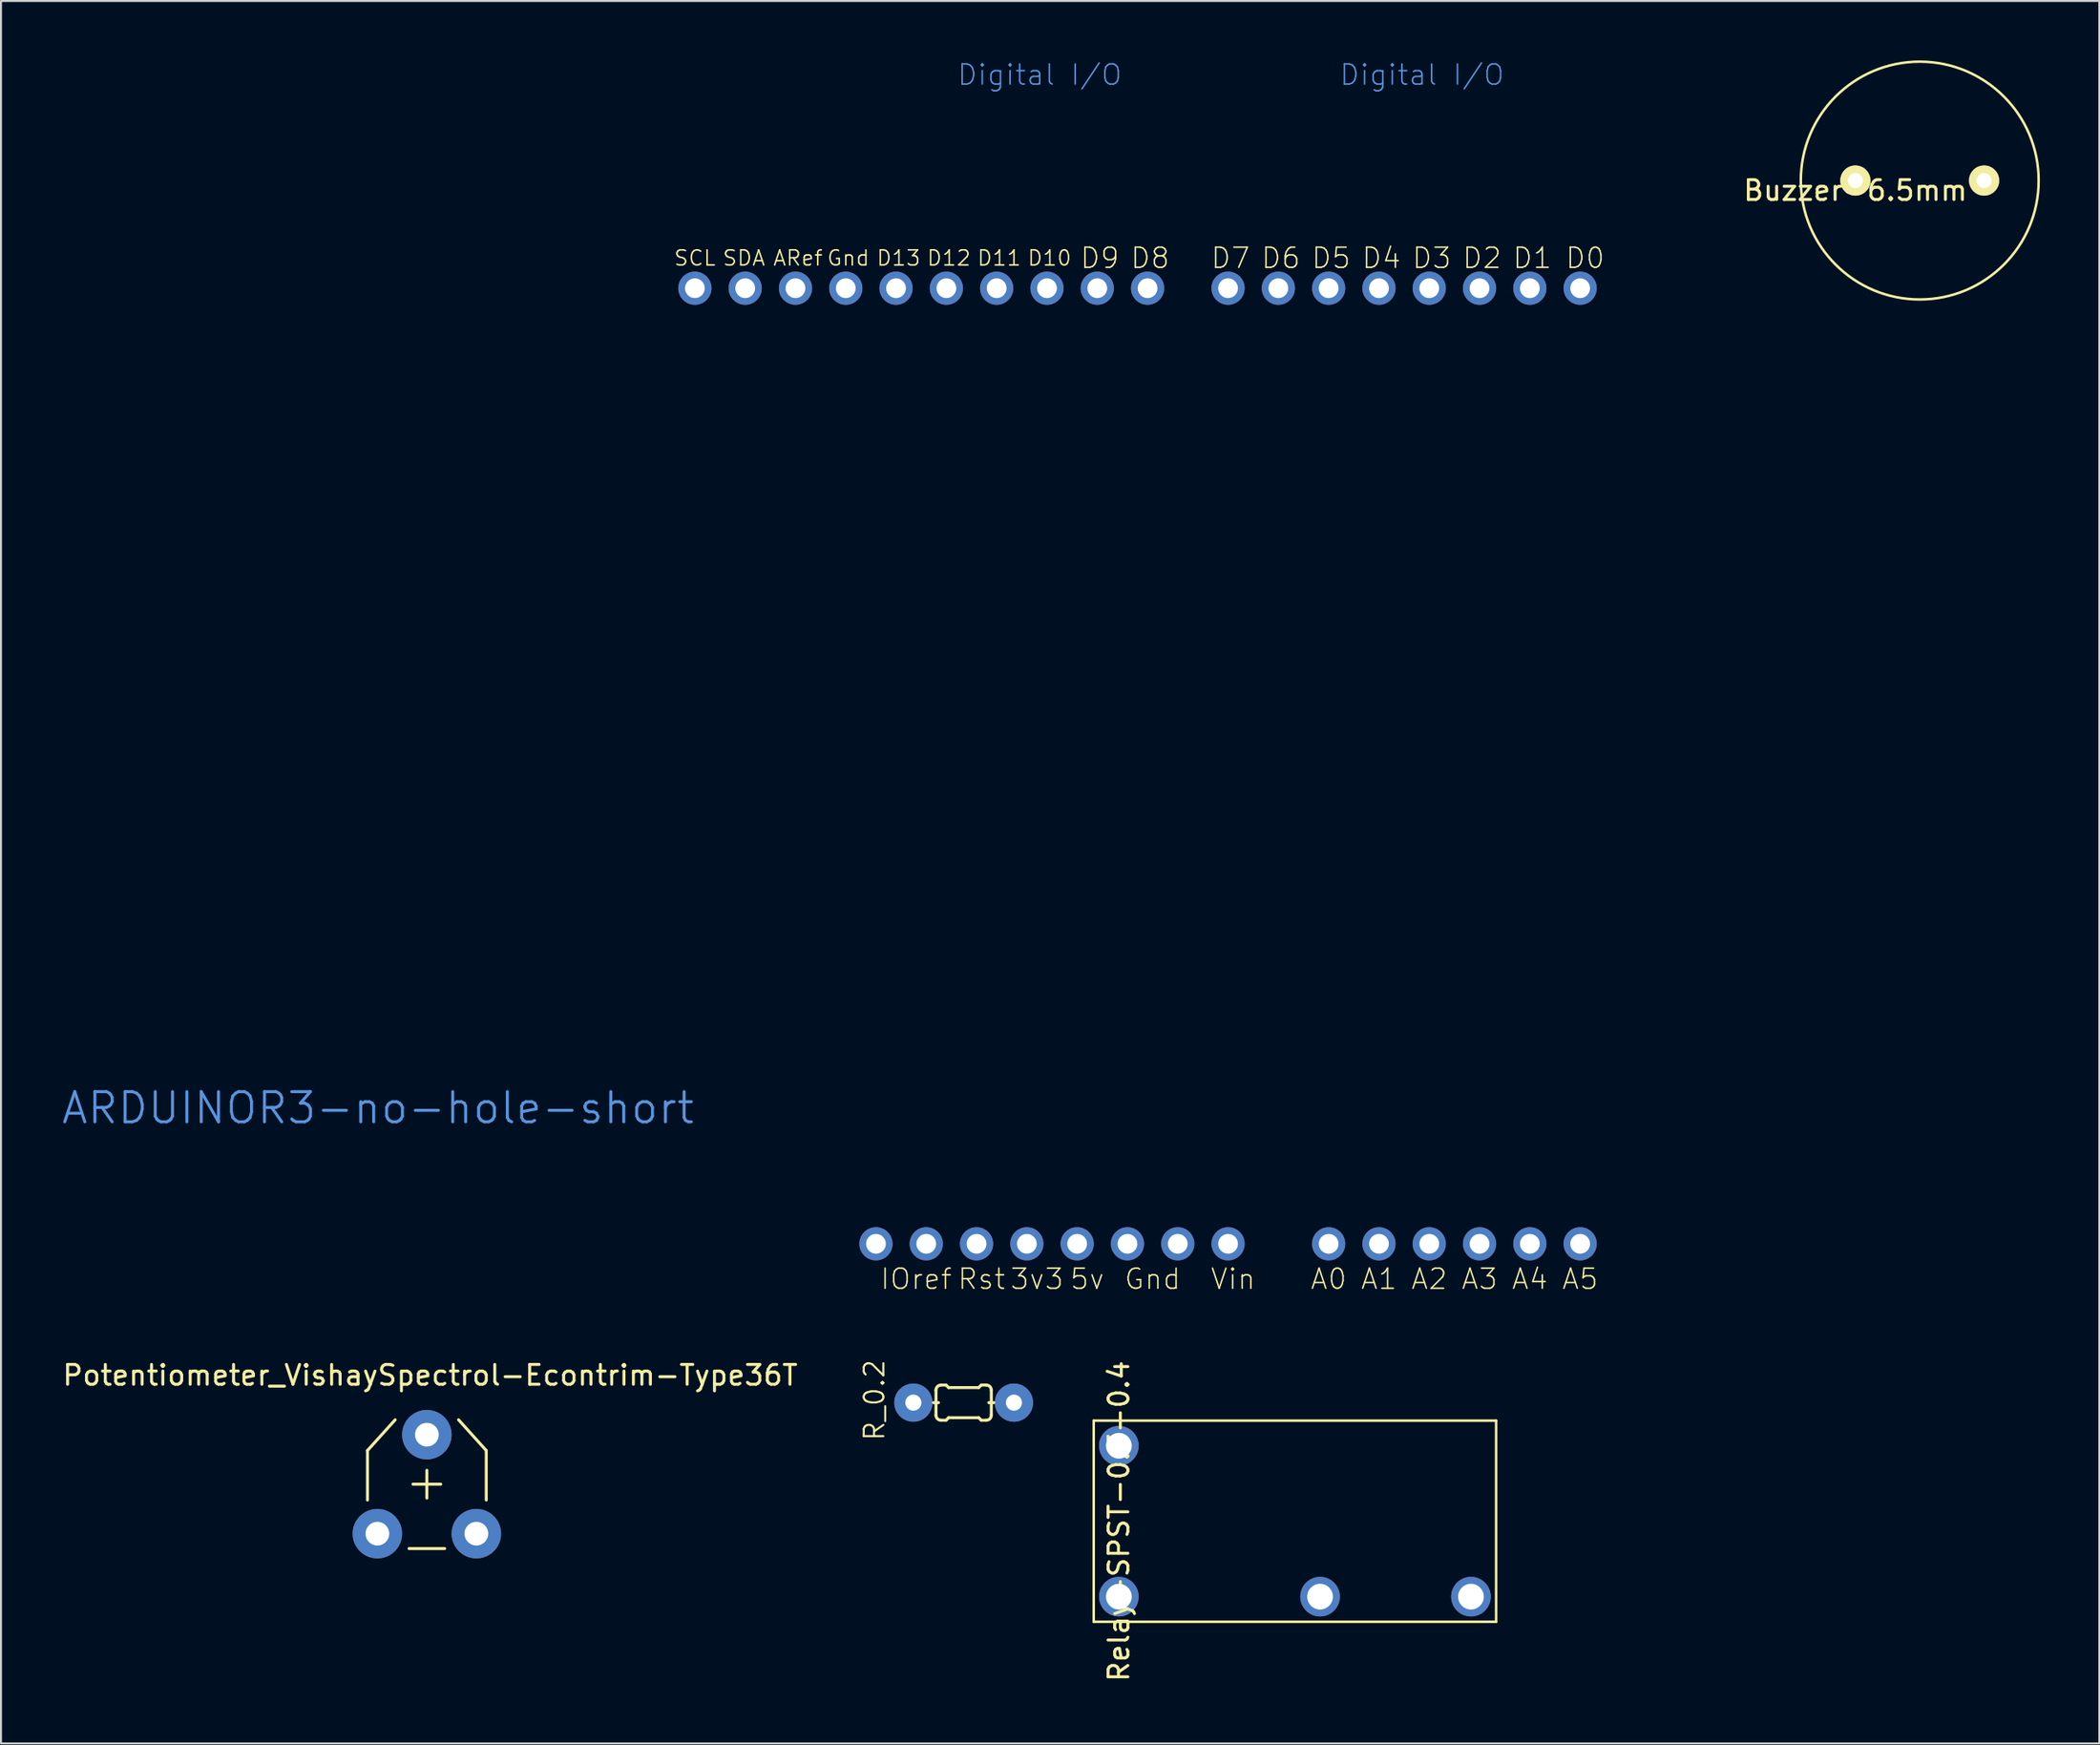
<source format=kicad_pcb>
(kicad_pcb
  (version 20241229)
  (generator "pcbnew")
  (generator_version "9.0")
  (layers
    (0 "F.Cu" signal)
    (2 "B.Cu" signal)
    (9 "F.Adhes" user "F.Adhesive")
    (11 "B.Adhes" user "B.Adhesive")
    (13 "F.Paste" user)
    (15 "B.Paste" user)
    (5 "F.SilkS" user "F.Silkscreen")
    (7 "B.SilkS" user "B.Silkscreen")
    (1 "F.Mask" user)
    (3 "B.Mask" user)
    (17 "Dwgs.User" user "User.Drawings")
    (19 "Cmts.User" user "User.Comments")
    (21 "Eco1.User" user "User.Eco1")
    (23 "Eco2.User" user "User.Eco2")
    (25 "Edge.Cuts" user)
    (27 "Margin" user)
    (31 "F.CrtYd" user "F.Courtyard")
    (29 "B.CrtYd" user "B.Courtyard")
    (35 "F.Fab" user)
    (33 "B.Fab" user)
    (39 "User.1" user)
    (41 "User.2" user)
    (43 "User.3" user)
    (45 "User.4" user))
  (footprint "Relay-SPST-0.3-0.4"
    (layer "F.Cu")
    (at 53.45 77.586)
    (property "Reference" "Relay-SPST-0.3-0.4" (at 0 -3.81 90) (layer "F.SilkS") (effects (font (size 1 1) (thickness 0.15))))
    (attr through_hole)
    (fp_line (start -1.27 -8.89) (end 19.05 -8.89) (stroke (width 0.127) (type solid)) (layer "F.SilkS"))
    (fp_line (start -1.27 1.27) (end -1.27 -8.89) (stroke (width 0.127) (type solid)) (layer "F.SilkS"))
    (fp_line (start 19.05 -8.89) (end 19.05 1.27) (stroke (width 0.127) (type solid)) (layer "F.SilkS"))
    (fp_line (start 19.05 1.27) (end -1.27 1.27) (stroke (width 0.127) (type solid)) (layer "F.SilkS"))
    (pad "1" thru_hole circle (at 0 0) (size 2 2) (drill 1.3) (layers "*.Cu" "*.Mask"))
    (pad "2" thru_hole circle (at 10.16 0) (size 2 2) (drill 1.3) (layers "*.Cu" "*.Mask"))
    (pad "3" thru_hole circle (at 17.78 0) (size 2 2) (drill 1.3) (layers "*.Cu" "*.Mask"))
    (pad "5" thru_hole circle (at 0 -7.62) (size 2 2) (drill 1.3) (layers "*.Cu" "*.Mask")))
  (footprint "R_0.2"
    (layer "F.Cu")
    (at 45.612 67.788)
    (property "Reference" "R_0.2" (at -4.508 -0.127 90) (layer "F.SilkS") (effects (font (size 0.991 0.991) (thickness 0.102))))
    (attr exclude_from_pos_files exclude_from_bom)
    (fp_line (start -1.524 0) (end -1.27 0) (stroke (width 0.15) (type solid)) (layer "F.SilkS"))
    (fp_line (start -1.397 0.635) (end -1.397 -0.635) (stroke (width 0.152) (type solid)) (layer "F.SilkS"))
    (fp_line (start -1.143 -0.889) (end -0.889 -0.889) (stroke (width 0.152) (type solid)) (layer "F.SilkS"))
    (fp_line (start -1.143 0.889) (end -0.889 0.889) (stroke (width 0.152) (type solid)) (layer "F.SilkS"))
    (fp_line (start -0.762 -0.762) (end -0.889 -0.889) (stroke (width 0.152) (type solid)) (layer "F.SilkS"))
    (fp_line (start -0.762 0.762) (end -0.889 0.889) (stroke (width 0.152) (type solid)) (layer "F.SilkS"))
    (fp_line (start -0.762 0.762) (end 0.762 0.762) (stroke (width 0.15) (type solid)) (layer "F.SilkS"))
    (fp_line (start 0.762 -0.762) (end -0.762 -0.762) (stroke (width 0.15) (type solid)) (layer "F.SilkS"))
    (fp_line (start 0.762 -0.762) (end 0.889 -0.889) (stroke (width 0.152) (type solid)) (layer "F.SilkS"))
    (fp_line (start 0.762 0.762) (end 0.889 0.889) (stroke (width 0.152) (type solid)) (layer "F.SilkS"))
    (fp_line (start 1.143 -0.889) (end 0.889 -0.889) (stroke (width 0.152) (type solid)) (layer "F.SilkS"))
    (fp_line (start 1.143 0.889) (end 0.889 0.889) (stroke (width 0.152) (type solid)) (layer "F.SilkS"))
    (fp_line (start 1.397 0.254) (end 1.397 -0.254) (stroke (width 0.066) (type solid)) (layer "F.SilkS"))
    (fp_line (start 1.397 0.635) (end 1.397 -0.635) (stroke (width 0.152) (type solid)) (layer "F.SilkS"))
    (fp_line (start 1.524 0) (end 1.27 0) (stroke (width 0.15) (type solid)) (layer "F.SilkS"))
    (fp_arc (start -1.397 -0.635) (mid -1.322605 -0.814605) (end -1.143 -0.889) (stroke (width 0.1524) (type solid)) (layer "F.SilkS"))
    (fp_arc (start -1.143 0.889) (mid -1.322605 0.814605) (end -1.397 0.635) (stroke (width 0.1524) (type solid)) (layer "F.SilkS"))
    (fp_arc (start 1.143 -0.889) (mid 1.322605 -0.814605) (end 1.397 -0.635) (stroke (width 0.1524) (type solid)) (layer "F.SilkS"))
    (fp_arc (start 1.397 0.635) (mid 1.322605 0.814605) (end 1.143 0.889) (stroke (width 0.1524) (type solid)) (layer "F.SilkS"))
    (pad "1" thru_hole circle (at -2.54 0) (size 1.93 1.93) (drill 0.813) (layers "*.Cu" "*.Mask"))
    (pad "2" thru_hole circle (at 2.54 0) (size 1.93 1.93) (drill 0.813) (layers "*.Cu" "*.Mask")))
  (footprint "ARDUINOR3-no-hole-short"
    (layer "F.Cu")
    (at 13.244 62.306)
    (property "Reference" "ARDUINOR3-no-hole-short" (at 2.794 -9.398 0) (layer "Cmts.User") (effects (font (size 1.524 1.524) (thickness 0.15))))
    (attr exclude_from_pos_files exclude_from_bom)
    (fp_line (start 5.08 -53.34) (end 5.08 0) (stroke (width 0.1) (type solid)) (layer "Eco2.User"))
    (fp_line (start 5.08 -53.34) (end 63.5 -53.34) (stroke (width 0.127) (type solid)) (layer "Eco2.User"))
    (fp_line (start 5.08 0) (end 66.04 0) (stroke (width 0.127) (type solid)) (layer "Eco2.User"))
    (fp_line (start 63.5 -53.34) (end 64.516 -53.34) (stroke (width 0.127) (type solid)) (layer "Eco2.User"))
    (fp_line (start 66.04 -51.816) (end 64.516 -53.34) (stroke (width 0.1) (type solid)) (layer "Eco2.User"))
    (fp_line (start 66.04 -40.386) (end 66.04 -51.816) (stroke (width 0.1) (type solid)) (layer "Eco2.User"))
    (fp_line (start 66.04 -2.54) (end 68.58 -5.08) (stroke (width 0.1) (type solid)) (layer "Eco2.User"))
    (fp_line (start 66.04 0) (end 66.04 -2.54) (stroke (width 0.1) (type solid)) (layer "Eco2.User"))
    (fp_line (start 68.58 -37.846) (end 66.04 -40.386) (stroke (width 0.1) (type solid)) (layer "Eco2.User"))
    (fp_line (start 68.58 -5.08) (end 68.58 -37.846) (stroke (width 0.1) (type solid)) (layer "Eco2.User"))
    (fp_text user "D8" (at 41.783 -52.324 0) (layer "F.SilkS") (effects (font (size 1.016 1.016) (thickness 0.076))))
    (fp_text user "5v" (at 38.608 -0.762 0) (layer "F.SilkS") (effects (font (size 1.016 1.016) (thickness 0.076))))
    (fp_text user "D13" (at 29.083 -52.324 0) (layer "F.SilkS") (effects (font (size 0.762 0.762) (thickness 0.076))))
    (fp_text user "ARef" (at 24.003 -52.324 0) (layer "F.SilkS") (effects (font (size 0.762 0.762) (thickness 0.076))))
    (fp_text user "D1" (at 61.084 -52.324 0) (layer "F.SilkS") (effects (font (size 1.016 1.016) (thickness 0.076))))
    (fp_text user "D5" (at 50.927 -52.324 0) (layer "F.SilkS") (effects (font (size 1.016 1.016) (thickness 0.076))))
    (fp_text user "Gnd" (at 26.543 -52.324 0) (layer "F.SilkS") (effects (font (size 0.762 0.762) (thickness 0.076))))
    (fp_text user "Gnd" (at 41.91 -0.762 0) (layer "F.SilkS") (effects (font (size 1.016 1.016) (thickness 0.076))))
    (fp_text user "A3" (at 58.42 -0.762 0) (layer "F.SilkS") (effects (font (size 1.016 1.016) (thickness 0.076))))
    (fp_text user "D10" (at 36.703 -52.324 0) (layer "F.SilkS") (effects (font (size 0.762 0.762) (thickness 0.076))))
    (fp_text user "D7" (at 45.847 -52.324 0) (layer "F.SilkS") (effects (font (size 1.016 1.016) (thickness 0.076))))
    (fp_text user "D9" (at 39.243 -52.324 0) (layer "F.SilkS") (effects (font (size 1.016 1.016) (thickness 0.076))))
    (fp_text user "A5" (at 63.5 -0.762 0) (layer "F.SilkS") (effects (font (size 1.016 1.016) (thickness 0.076))))
    (fp_text user "D2" (at 58.547 -52.324 0) (layer "F.SilkS") (effects (font (size 1.016 1.016) (thickness 0.076))))
    (fp_text user "SDA" (at 21.273 -52.324 0) (layer "F.SilkS") (effects (font (size 0.762 0.762) (thickness 0.076))))
    (fp_text user "A2" (at 55.88 -0.762 0) (layer "F.SilkS") (effects (font (size 1.016 1.016) (thickness 0.076))))
    (fp_text user "D3" (at 56.007 -52.324 0) (layer "F.SilkS") (effects (font (size 1.016 1.016) (thickness 0.076))))
    (fp_text user "A4" (at 60.96 -0.762 0) (layer "F.SilkS") (effects (font (size 1.016 1.016) (thickness 0.076))))
    (fp_text user "SCL" (at 18.796 -52.324 0) (layer "F.SilkS") (effects (font (size 0.762 0.762) (thickness 0.076))))
    (fp_text user "A0" (at 50.8 -0.762 0) (layer "F.SilkS") (effects (font (size 1.016 1.016) (thickness 0.076))))
    (fp_text user "Rst" (at 33.274 -0.762 0) (layer "F.SilkS") (effects (font (size 1.016 1.016) (thickness 0.076))))
    (fp_text user "IOref" (at 29.972 -0.762 0) (layer "F.SilkS") (effects (font (size 1.016 1.016) (thickness 0.076))))
    (fp_text user "Vin" (at 45.974 -0.762 0) (layer "F.SilkS") (effects (font (size 1.016 1.016) (thickness 0.076))))
    (fp_text user "D6" (at 48.387 -52.324 0) (layer "F.SilkS") (effects (font (size 1.016 1.016) (thickness 0.076))))
    (fp_text user "D12" (at 31.623 -52.324 0) (layer "F.SilkS") (effects (font (size 0.762 0.762) (thickness 0.076))))
    (fp_text user "D0" (at 63.754 -52.324 0) (layer "F.SilkS") (effects (font (size 1.016 1.016) (thickness 0.076))))
    (fp_text user "3v3" (at 36.068 -0.762 0) (layer "F.SilkS") (effects (font (size 1.016 1.016) (thickness 0.076))))
    (fp_text user "A1" (at 53.34 -0.762 0) (layer "F.SilkS") (effects (font (size 1.016 1.016) (thickness 0.076))))
    (fp_text user "D11" (at 34.163 -52.324 0) (layer "F.SilkS") (effects (font (size 0.762 0.762) (thickness 0.076))))
    (fp_text user "D4" (at 53.467 -52.324 0) (layer "F.SilkS") (effects (font (size 1.016 1.016) (thickness 0.076))))
    (fp_text user "Digital I/O" (at 36.211 -61.578 0) (layer "Cmts.User") (effects (font (size 1.016 1.016) (thickness 0.076))))
    (fp_text user "Digital I/O" (at 55.515 -61.578 0) (layer "Cmts.User") (effects (font (size 1.016 1.016) (thickness 0.076))))
    (pad "3V" thru_hole circle (at 35.56 -2.54) (size 1.676 1.676) (drill 0.998) (layers "*.Cu" "*.Mask"))
    (pad "5V" thru_hole circle (at 38.1 -2.54) (size 1.676 1.676) (drill 0.998) (layers "*.Cu" "*.Mask"))
    (pad "A0" thru_hole circle (at 50.8 -2.54) (size 1.676 1.676) (drill 0.998) (layers "*.Cu" "*.Mask"))
    (pad "A1" thru_hole circle (at 53.34 -2.54) (size 1.676 1.676) (drill 0.998) (layers "*.Cu" "*.Mask"))
    (pad "A2" thru_hole circle (at 55.88 -2.54) (size 1.676 1.676) (drill 0.998) (layers "*.Cu" "*.Mask"))
    (pad "A3" thru_hole circle (at 58.42 -2.54) (size 1.676 1.676) (drill 0.998) (layers "*.Cu" "*.Mask"))
    (pad "A4" thru_hole circle (at 60.96 -2.54) (size 1.676 1.676) (drill 0.998) (layers "*.Cu" "*.Mask"))
    (pad "A5" thru_hole circle (at 63.5 -2.54) (size 1.676 1.676) (drill 0.998) (layers "*.Cu" "*.Mask"))
    (pad "AREF" thru_hole circle (at 23.876 -50.8) (size 1.676 1.676) (drill 0.998) (layers "*.Cu" "*.Mask"))
    (pad "D0" thru_hole circle (at 63.5 -50.8) (size 1.676 1.676) (drill 0.998) (layers "*.Cu" "*.Mask"))
    (pad "D1" thru_hole circle (at 60.96 -50.8) (size 1.676 1.676) (drill 0.998) (layers "*.Cu" "*.Mask"))
    (pad "D2" thru_hole circle (at 58.42 -50.8) (size 1.676 1.676) (drill 0.998) (layers "*.Cu" "*.Mask"))
    (pad "D3" thru_hole circle (at 55.88 -50.8) (size 1.676 1.676) (drill 0.998) (layers "*.Cu" "*.Mask"))
    (pad "D4" thru_hole circle (at 53.34 -50.8) (size 1.676 1.676) (drill 0.998) (layers "*.Cu" "*.Mask"))
    (pad "D5" thru_hole circle (at 50.8 -50.8) (size 1.676 1.676) (drill 0.998) (layers "*.Cu" "*.Mask"))
    (pad "D6" thru_hole circle (at 48.26 -50.8) (size 1.676 1.676) (drill 0.998) (layers "*.Cu" "*.Mask"))
    (pad "D7" thru_hole circle (at 45.72 -50.8) (size 1.676 1.676) (drill 0.998) (layers "*.Cu" "*.Mask"))
    (pad "D8" thru_hole circle (at 41.656 -50.8) (size 1.676 1.676) (drill 0.998) (layers "*.Cu" "*.Mask"))
    (pad "D9" thru_hole circle (at 39.116 -50.8) (size 1.676 1.676) (drill 0.998) (layers "*.Cu" "*.Mask"))
    (pad "D10" thru_hole circle (at 36.576 -50.8) (size 1.676 1.676) (drill 0.998) (layers "*.Cu" "*.Mask"))
    (pad "D11" thru_hole circle (at 34.036 -50.8) (size 1.676 1.676) (drill 0.998) (layers "*.Cu" "*.Mask"))
    (pad "D12" thru_hole circle (at 31.496 -50.8) (size 1.676 1.676) (drill 0.998) (layers "*.Cu" "*.Mask"))
    (pad "D13" thru_hole circle (at 28.953 -50.8) (size 1.676 1.676) (drill 0.998) (layers "*.Cu" "*.Mask"))
    (pad "GND" thru_hole circle (at 26.416 -50.8) (size 1.676 1.676) (drill 0.998) (layers "*.Cu" "*.Mask"))
    (pad "GND1" thru_hole circle (at 43.18 -2.54) (size 1.676 1.676) (drill 0.998) (layers "*.Cu" "*.Mask"))
    (pad "GND2" thru_hole circle (at 40.64 -2.54) (size 1.676 1.676) (drill 0.998) (layers "*.Cu" "*.Mask"))
    (pad "IORE" thru_hole circle (at 30.48 -2.54) (size 1.676 1.676) (drill 0.998) (layers "*.Cu" "*.Mask"))
    (pad "NC" thru_hole circle (at 27.94 -2.54) (size 1.676 1.676) (drill 0.998) (layers "*.Cu" "*.Mask"))
    (pad "RESE" thru_hole circle (at 33.02 -2.54) (size 1.676 1.676) (drill 0.998) (layers "*.Cu" "*.Mask"))
    (pad "SCL" thru_hole circle (at 18.796 -50.8) (size 1.676 1.676) (drill 0.998) (layers "*.Cu" "*.Mask"))
    (pad "SDA" thru_hole circle (at 21.336 -50.8) (size 1.676 1.676) (drill 0.998) (layers "*.Cu" "*.Mask"))
    (pad "VIN" thru_hole circle (at 45.72 -2.54) (size 1.676 1.676) (drill 0.998) (layers "*.Cu" "*.Mask")))
  (footprint "Buzzer-6.5mm"
    (layer "F.Cu")
    (at 90.642 6.069)
    (property "Reference" "Buzzer-6.5mm" (at 0 0.5 0) (layer "F.SilkS") (effects (font (size 1 1) (thickness 0.15))))
    (attr through_hole)
    (fp_circle (center 3.25 0) (end 9.25 0.25) (stroke (width 0.127) (type solid)) (fill no) (layer "F.SilkS"))
    (pad "1" thru_hole circle (at 0 0) (size 1.524 1.524) (drill 0.762) (layers "*.Cu" "*.Mask" "F.SilkS"))
    (pad "2" thru_hole circle (at 6.5 0) (size 1.524 1.524) (drill 0.762) (layers "*.Cu" "*.Mask" "F.SilkS")))
  (footprint "Potentiometer_VishaySpectrol-Econtrim-Type36T"
    (layer "F.Cu")
    (at 16.006 74.405)
    (property "Reference" "Potentiometer_VishaySpectrol-Econtrim-Type36T" (at 2.667 -8.001 0) (layer "F.SilkS") (effects (font (size 1 1) (thickness 0.15))))
    (attr through_hole)
    (fp_line (start -0.5 -4.199) (end -0.5 -1.699) (stroke (width 0.15) (type solid)) (layer "F.SilkS"))
    (fp_line (start 0.899 -5.751) (end -0.5 -4.199) (stroke (width 0.15) (type solid)) (layer "F.SilkS"))
    (fp_line (start 1.6 0.752) (end 3.399 0.752) (stroke (width 0.15) (type solid)) (layer "F.SilkS"))
    (fp_line (start 1.798 -2.499) (end 3.2 -2.499) (stroke (width 0.15) (type solid)) (layer "F.SilkS"))
    (fp_line (start 2.499 -1.798) (end 2.499 -3.2) (stroke (width 0.15) (type solid)) (layer "F.SilkS"))
    (fp_line (start 4.1 -5.751) (end 5.499 -4.199) (stroke (width 0.15) (type solid)) (layer "F.SilkS"))
    (fp_line (start 5.499 -4.199) (end 5.499 -1.699) (stroke (width 0.15) (type solid)) (layer "F.SilkS"))
    (pad "1" thru_hole circle (at 0 0) (size 2.499 2.499) (drill 1.199) (layers "*.Cu" "*.Mask"))
    (pad "2" thru_hole circle (at 2.499 -4.999) (size 2.499 2.499) (drill 1.199) (layers "*.Cu" "*.Mask"))
    (pad "3" thru_hole circle (at 4.999 0) (size 2.499 2.499) (drill 1.199) (layers "*.Cu" "*.Mask")))
  (gr_rect
    (start -3 -3)
    (end 102.961 84.997)
    (stroke (width 0.1) (type default))
    (fill no)
    (layer "Edge.Cuts")))
</source>
